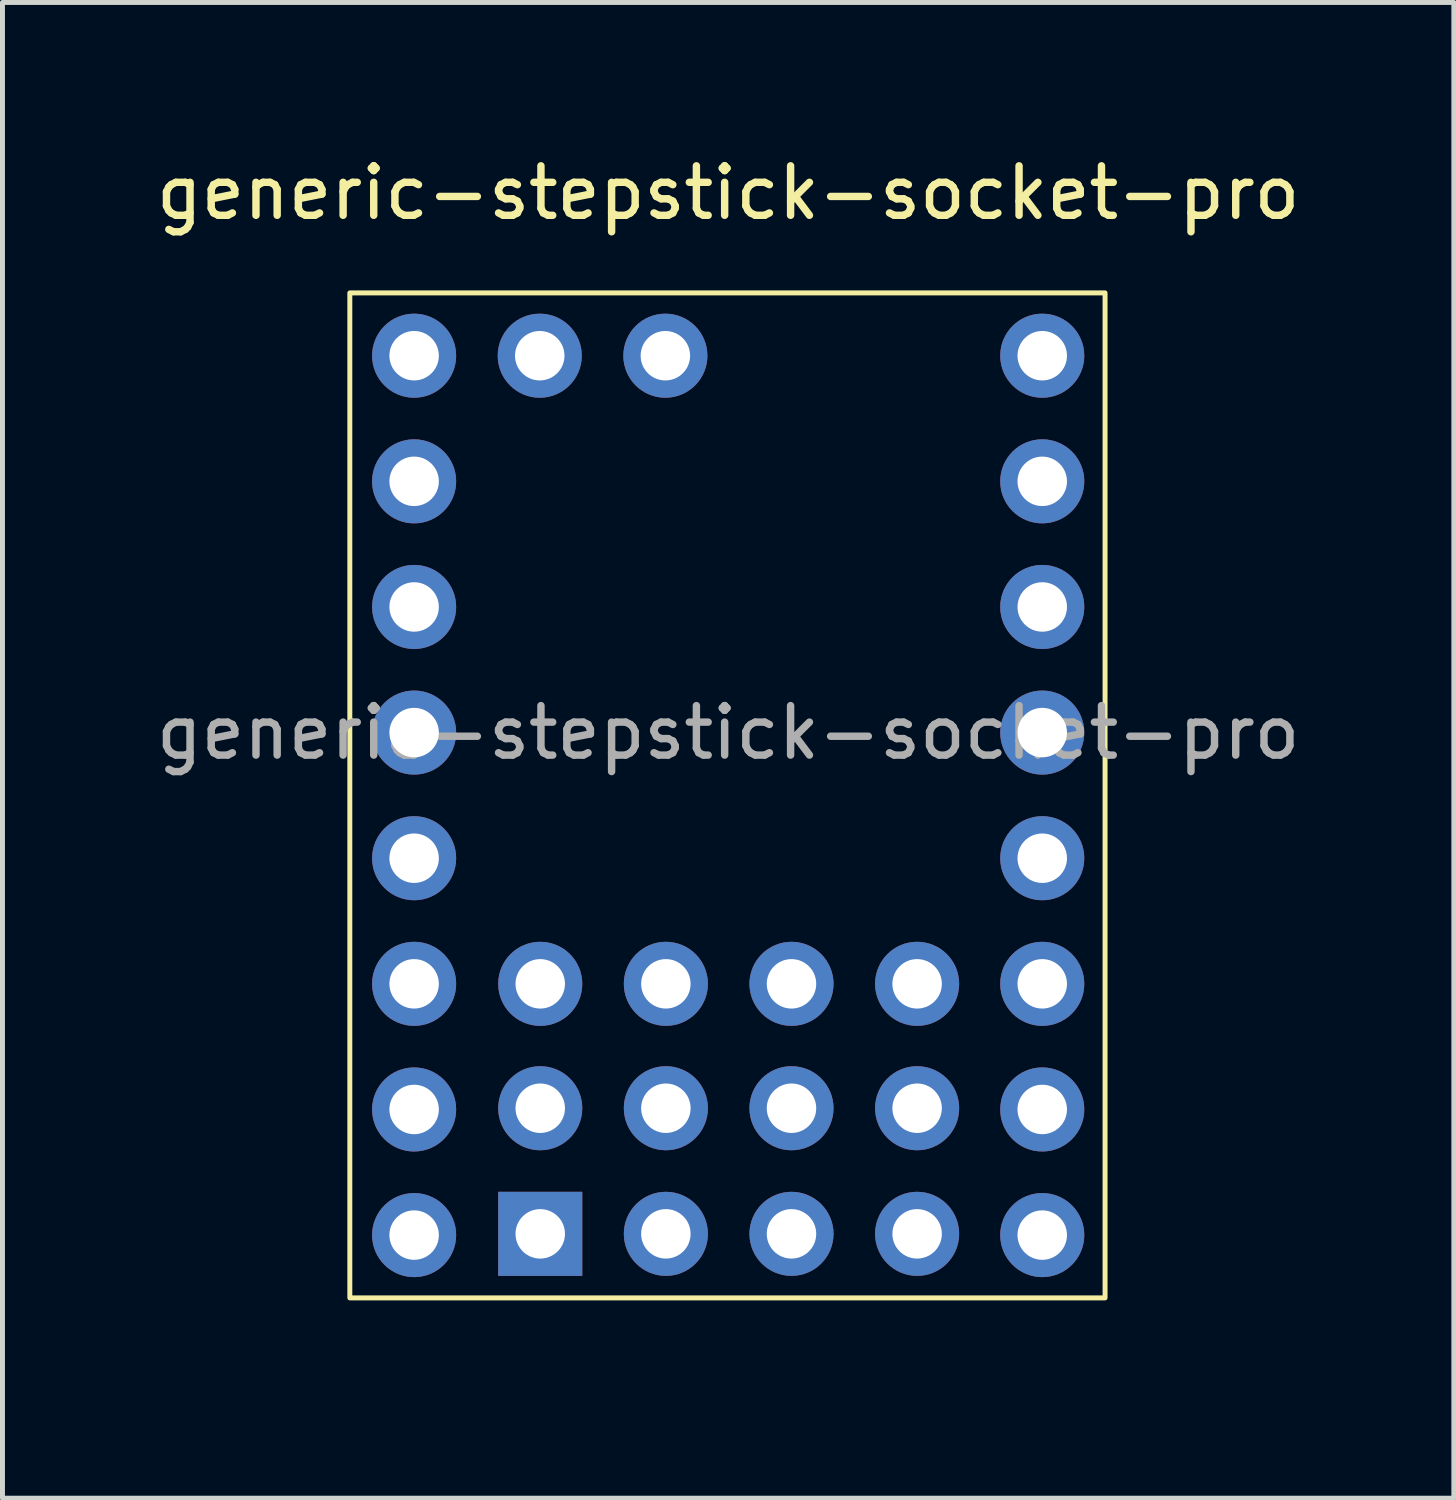
<source format=kicad_pcb>
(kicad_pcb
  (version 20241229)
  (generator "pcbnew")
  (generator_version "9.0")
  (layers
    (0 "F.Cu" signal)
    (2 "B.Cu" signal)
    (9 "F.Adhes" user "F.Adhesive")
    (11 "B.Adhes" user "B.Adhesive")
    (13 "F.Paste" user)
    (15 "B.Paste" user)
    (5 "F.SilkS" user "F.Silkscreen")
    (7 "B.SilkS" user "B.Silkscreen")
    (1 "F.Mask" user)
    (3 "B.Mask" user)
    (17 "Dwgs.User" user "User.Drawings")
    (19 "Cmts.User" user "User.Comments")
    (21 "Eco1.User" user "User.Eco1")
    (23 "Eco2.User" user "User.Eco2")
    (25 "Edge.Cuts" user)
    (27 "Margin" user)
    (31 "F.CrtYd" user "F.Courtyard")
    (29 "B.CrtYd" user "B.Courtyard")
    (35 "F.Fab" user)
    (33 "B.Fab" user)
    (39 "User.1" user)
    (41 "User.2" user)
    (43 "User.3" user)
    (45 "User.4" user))
  (footprint "generic-stepstick-socket-pro"
    (layer "F.Cu")
    (at 11.673 1.348)
    (property "Reference" "generic-stepstick-socket-pro" (at 0 -0.5 0) (unlocked yes) (layer "F.SilkS") (effects (font (size 1 1) (thickness 0.15))))
    (attr through_hole)
    (fp_rect (start -7.65 1.524) (end 7.62 21.844) (stroke (width 0.1) (type default)) (fill no) (layer "F.SilkS"))
    (fp_rect (start -8.65 0.524) (end 8.62 22.844) (stroke (width 0.1) (type default)) (fill no) (layer "Margin"))
    (fp_text user "${REFERENCE}" (at 0 10.414 0) (unlocked yes) (layer "F.Fab") (effects (font (size 1 1) (thickness 0.15))))
    (pad "1" thru_hole circle (at -6.35 2.794) (size 1.7 1.7) (drill 1) (layers "*.Cu" "*.Mask"))
    (pad "2" thru_hole oval (at -6.35 5.334) (size 1.7 1.7) (drill 1) (layers "*.Cu" "*.Mask"))
    (pad "3" thru_hole oval (at -6.35 7.874) (size 1.7 1.7) (drill 1) (layers "*.Cu" "*.Mask"))
    (pad "4" thru_hole oval (at -6.35 10.414) (size 1.7 1.7) (drill 1) (layers "*.Cu" "*.Mask"))
    (pad "5" thru_hole oval (at -6.35 12.954) (size 1.7 1.7) (drill 1) (layers "*.Cu" "*.Mask"))
    (pad "6" thru_hole oval (at -6.35 15.494) (size 1.7 1.7) (drill 1) (layers "*.Cu" "*.Mask"))
    (pad "7" thru_hole oval (at -6.35 18.034) (size 1.7 1.7) (drill 1) (layers "*.Cu" "*.Mask"))
    (pad "8" thru_hole oval (at -6.35 20.574) (size 1.7 1.7) (drill 1) (layers "*.Cu" "*.Mask"))
    (pad "9" thru_hole circle (at 6.35 2.794) (size 1.7 1.7) (drill 1) (layers "*.Cu" "*.Mask"))
    (pad "10" thru_hole oval (at 6.35 5.334) (size 1.7 1.7) (drill 1) (layers "*.Cu" "*.Mask"))
    (pad "11" thru_hole oval (at 6.35 7.874) (size 1.7 1.7) (drill 1) (layers "*.Cu" "*.Mask"))
    (pad "12" thru_hole oval (at 6.35 10.414) (size 1.7 1.7) (drill 1) (layers "*.Cu" "*.Mask"))
    (pad "13" thru_hole oval (at 6.35 12.954) (size 1.7 1.7) (drill 1) (layers "*.Cu" "*.Mask"))
    (pad "14" thru_hole oval (at 6.35 15.494) (size 1.7 1.7) (drill 1) (layers "*.Cu" "*.Mask"))
    (pad "15" thru_hole oval (at 6.35 18.034) (size 1.7 1.7) (drill 1) (layers "*.Cu" "*.Mask"))
    (pad "16" thru_hole oval (at 6.35 20.574) (size 1.7 1.7) (drill 1) (layers "*.Cu" "*.Mask"))
    (pad "17" thru_hole circle (at -3.81 2.794 90) (size 1.7 1.7) (drill 1) (layers "*.Cu" "*.Mask"))
    (pad "18" thru_hole oval (at -1.27 2.794 90) (size 1.7 1.7) (drill 1) (layers "*.Cu" "*.Mask"))
    (pad "19" thru_hole circle (at -3.8 15.494 90) (size 1.7 1.7) (drill 1) (layers "*.Cu" "*.Mask"))
    (pad "20" thru_hole oval (at -1.26 15.494 90) (size 1.7 1.7) (drill 1) (layers "*.Cu" "*.Mask"))
    (pad "21" thru_hole oval (at 1.28 15.494 90) (size 1.7 1.7) (drill 1) (layers "*.Cu" "*.Mask"))
    (pad "22" thru_hole oval (at 3.82 15.494 90) (size 1.7 1.7) (drill 1) (layers "*.Cu" "*.Mask"))
    (pad "23" thru_hole circle (at -3.8 18.009 90) (size 1.7 1.7) (drill 1) (layers "*.Cu" "*.Mask"))
    (pad "24" thru_hole oval (at -1.26 18.009 90) (size 1.7 1.7) (drill 1) (layers "*.Cu" "*.Mask"))
    (pad "25" thru_hole oval (at 1.28 18.009 90) (size 1.7 1.7) (drill 1) (layers "*.Cu" "*.Mask"))
    (pad "26" thru_hole oval (at 3.82 18.009 90) (size 1.7 1.7) (drill 1) (layers "*.Cu" "*.Mask"))
    (pad "27" thru_hole rect (at -3.8 20.549 90) (size 1.7 1.7) (drill 1) (layers "*.Cu" "*.Mask"))
    (pad "28" thru_hole oval (at -1.26 20.549 90) (size 1.7 1.7) (drill 1) (layers "*.Cu" "*.Mask"))
    (pad "29" thru_hole oval (at 1.28 20.549 90) (size 1.7 1.7) (drill 1) (layers "*.Cu" "*.Mask"))
    (pad "30" thru_hole oval (at 3.82 20.549 90) (size 1.7 1.7) (drill 1) (layers "*.Cu" "*.Mask")))
  (gr_rect
    (start -3 -3)
    (end 26.345 27.242)
    (stroke (width 0.1) (type default))
    (fill no)
    (layer "Edge.Cuts")))
</source>
